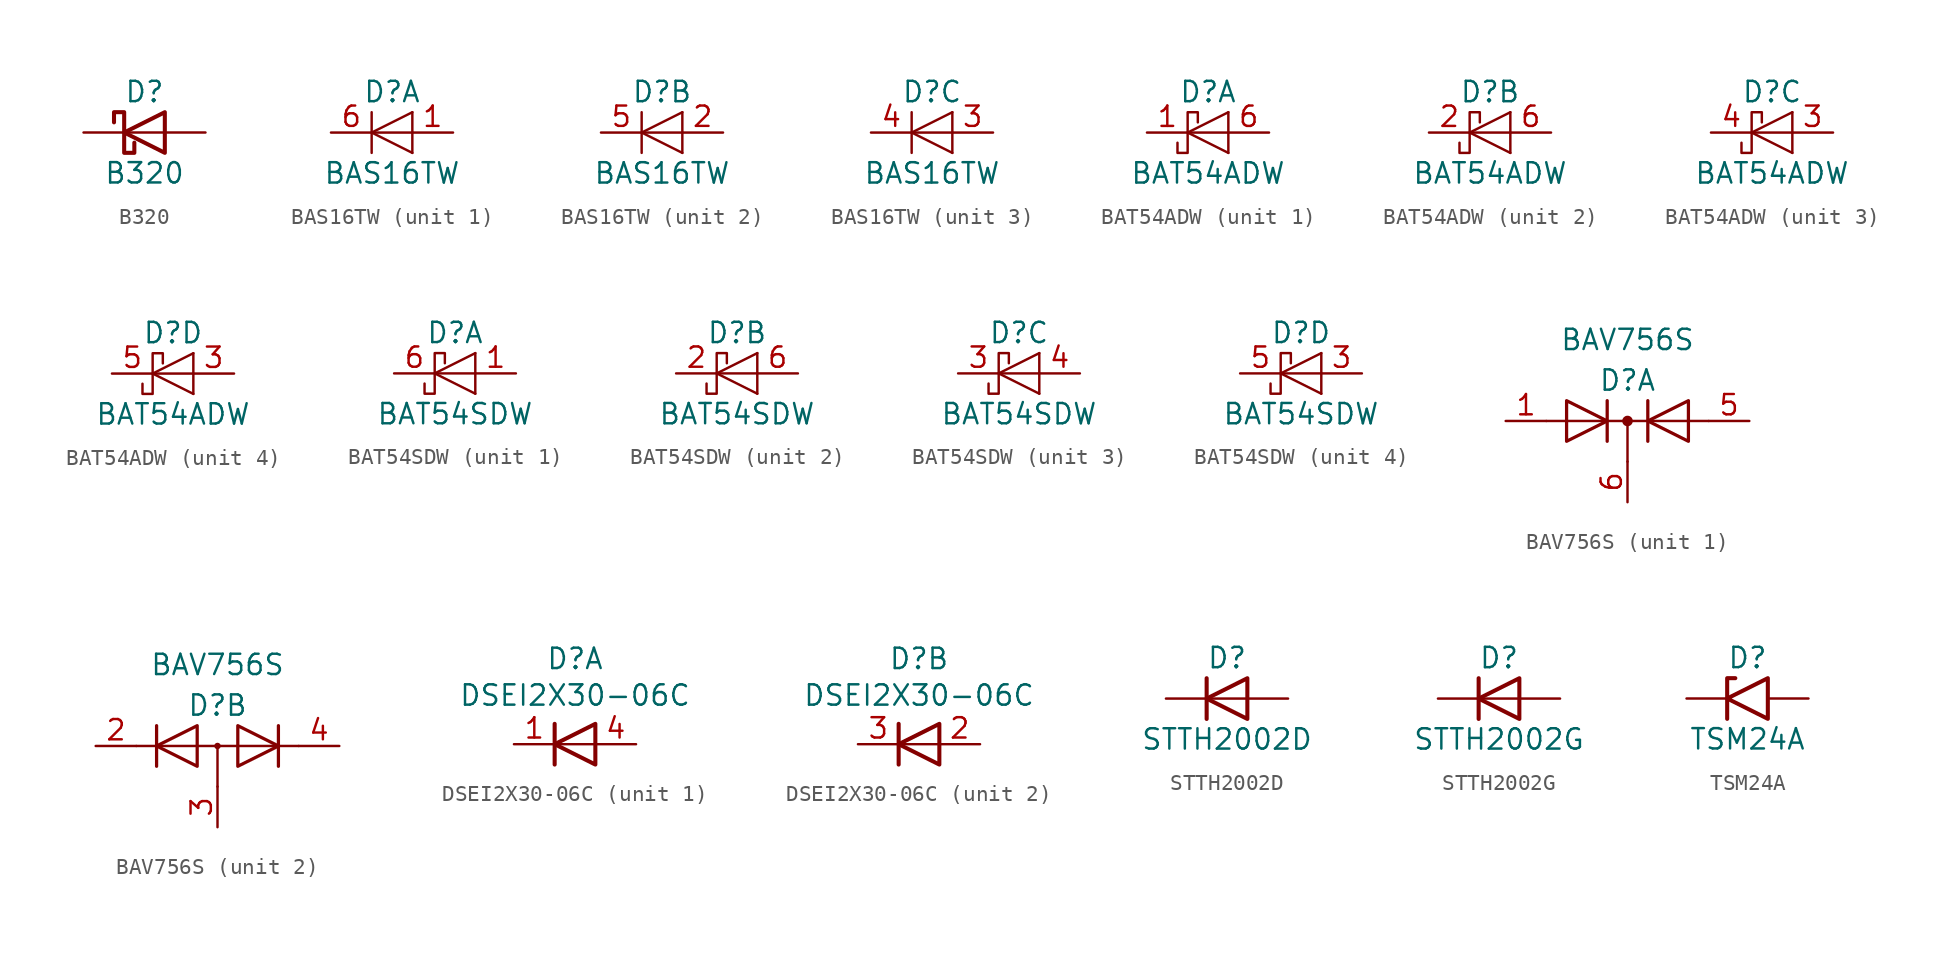
<source format=kicad_sym>
(kicad_symbol_lib
  (version 20241209)
  (generator "kicad_symbol_editor")
  (generator_version "9.0")
  (symbol "B320"
    (pin_numbers
      (hide yes))
    (pin_names
      (offset 1.016)
      (hide yes))
    (property "Reference" "D"
      (at 0 2.54 0)
      (effects (font (size 1.27 1.27))))
    (property "Value" "B320"
      (at 0 -2.54 0)
      (effects (font (size 1.27 1.27))))
    (symbol "B320_0_1"
      (polyline (pts (xy -1.905 0.635) (xy -1.905 1.27) (xy -1.27 1.27) (xy -1.27 -1.27) (xy -0.635 -1.27) (xy -0.635 -0.635)) (stroke (width 0.254) (type default)) (fill (type none)))
      (polyline (pts (xy 1.27 1.27) (xy 1.27 -1.27) (xy -1.27 0) (xy 1.27 1.27)) (stroke (width 0.254) (type default)) (fill (type none)))
      (polyline (pts (xy 1.27 0) (xy -1.27 0)) (stroke (width 0) (type default)) (fill (type none))))
    (symbol "B320_1_1"
      (pin passive line (at -3.81 0 0) (length 2.54) (name "K" (effects (font (size 1.27 1.27)))) (number "1" (effects (font (size 1.27 1.27)))))
      (pin passive line (at 3.81 0 180) (length 2.54) (name "A" (effects (font (size 1.27 1.27)))) (number "2" (effects (font (size 1.27 1.27)))))))
  (symbol "BAS16TW"
    (pin_names
      (offset 1.016)
      (hide yes))
    (property "Reference" "D"
      (at 0 2.54 0)
      (effects (font (size 1.27 1.27))))
    (property "Value" "BAS16TW"
      (at 0 -2.54 0)
      (effects (font (size 1.27 1.27))))
    (symbol "BAS16TW_0_1"
      (polyline (pts (xy -1.27 1.27) (xy -1.27 -1.27)) (stroke (width 0.152) (type default)) (fill (type none)))
      (polyline (pts (xy 1.27 1.27) (xy 1.27 -1.27)) (stroke (width 0) (type default)) (fill (type none)))
      (polyline (pts (xy 1.27 1.27) (xy -1.27 0) (xy 1.27 -1.27)) (stroke (width 0) (type default)) (fill (type none)))
      (polyline (pts (xy 1.27 0) (xy -1.27 0)) (stroke (width 0) (type default)) (fill (type none))))
    (symbol "BAS16TW_1_1"
      (pin passive line (at -3.81 0 0) (length 2.54) (name "K" (effects (font (size 1.27 1.27)))) (number "6" (effects (font (size 1.27 1.27)))))
      (pin passive line (at 3.81 0 180) (length 2.54) (name "A" (effects (font (size 1.27 1.27)))) (number "1" (effects (font (size 1.27 1.27))))))
    (symbol "BAS16TW_2_1"
      (pin passive line (at -3.81 0 0) (length 2.54) (name "K" (effects (font (size 1.27 1.27)))) (number "5" (effects (font (size 1.27 1.27)))))
      (pin passive line (at 3.81 0 180) (length 2.54) (name "A" (effects (font (size 1.27 1.27)))) (number "2" (effects (font (size 1.27 1.27))))))
    (symbol "BAS16TW_3_1"
      (pin passive line (at -3.81 0 0) (length 2.54) (name "K" (effects (font (size 1.27 1.27)))) (number "4" (effects (font (size 1.27 1.27)))))
      (pin passive line (at 3.81 0 180) (length 2.54) (name "A" (effects (font (size 1.27 1.27)))) (number "3" (effects (font (size 1.27 1.27)))))))
  (symbol "BAT54ADW"
    (pin_names
      (offset 1.016)
      (hide yes))
    (property "Reference" "D"
      (at 0 2.54 0)
      (effects (font (size 1.27 1.27))))
    (property "Value" "BAT54ADW"
      (at 0 -2.54 0)
      (effects (font (size 1.27 1.27))))
    (symbol "BAT54ADW_0_1"
      (polyline (pts (xy -0.635 0.635) (xy -0.635 1.27) (xy -1.27 1.27) (xy -1.27 -1.27) (xy -1.905 -1.27) (xy -1.905 -0.635)) (stroke (width 0) (type default)) (fill (type none)))
      (polyline (pts (xy 1.27 1.27) (xy -1.27 0) (xy 1.27 -1.27)) (stroke (width 0) (type default)) (fill (type none)))
      (polyline (pts (xy 1.27 0) (xy -1.27 0)) (stroke (width 0) (type default)) (fill (type none)))
      (polyline (pts (xy 1.27 -1.27) (xy 1.27 1.27)) (stroke (width 0) (type default)) (fill (type none))))
    (symbol "BAT54ADW_1_1"
      (pin passive line (at -3.81 0 0) (length 2.54) (name "K" (effects (font (size 1.27 1.27)))) (number "1" (effects (font (size 1.27 1.27)))))
      (pin passive line (at 3.81 0 180) (length 2.54) (name "A" (effects (font (size 1.27 1.27)))) (number "6" (effects (font (size 1.27 1.27))))))
    (symbol "BAT54ADW_2_1"
      (pin passive line (at -3.81 0 0) (length 2.54) (name "K" (effects (font (size 1.27 1.27)))) (number "2" (effects (font (size 1.27 1.27)))))
      (pin passive line (at 3.81 0 180) (length 2.54) (name "A" (effects (font (size 1.27 1.27)))) (number "6" (effects (font (size 1.27 1.27))))))
    (symbol "BAT54ADW_3_1"
      (pin passive line (at -3.81 0 0) (length 2.54) (name "K" (effects (font (size 1.27 1.27)))) (number "4" (effects (font (size 1.27 1.27)))))
      (pin passive line (at 3.81 0 180) (length 2.54) (name "A" (effects (font (size 1.27 1.27)))) (number "3" (effects (font (size 1.27 1.27))))))
    (symbol "BAT54ADW_4_1"
      (pin passive line (at -3.81 0 0) (length 2.54) (name "K" (effects (font (size 1.27 1.27)))) (number "5" (effects (font (size 1.27 1.27)))))
      (pin passive line (at 3.81 0 180) (length 2.54) (name "A" (effects (font (size 1.27 1.27)))) (number "3" (effects (font (size 1.27 1.27)))))))
  (symbol "BAT54SDW"
    (pin_names
      (offset 1.016)
      (hide yes))
    (property "Reference" "D"
      (at 0 2.54 0)
      (effects (font (size 1.27 1.27))))
    (property "Value" "BAT54SDW"
      (at 0 -2.54 0)
      (effects (font (size 1.27 1.27))))
    (symbol "BAT54SDW_0_1"
      (polyline (pts (xy -0.635 0.635) (xy -0.635 1.27) (xy -1.27 1.27) (xy -1.27 -1.27) (xy -1.905 -1.27) (xy -1.905 -0.635)) (stroke (width 0) (type default)) (fill (type none)))
      (polyline (pts (xy 1.27 1.27) (xy -1.27 0) (xy 1.27 -1.27)) (stroke (width 0) (type default)) (fill (type none)))
      (polyline (pts (xy 1.27 0) (xy -1.27 0)) (stroke (width 0) (type default)) (fill (type none)))
      (polyline (pts (xy 1.27 -1.27) (xy 1.27 1.27)) (stroke (width 0) (type default)) (fill (type none))))
    (symbol "BAT54SDW_1_1"
      (pin passive line (at -3.81 0 0) (length 2.54) (name "K" (effects (font (size 1.27 1.27)))) (number "6" (effects (font (size 1.27 1.27)))))
      (pin passive line (at 3.81 0 180) (length 2.54) (name "A" (effects (font (size 1.27 1.27)))) (number "1" (effects (font (size 1.27 1.27))))))
    (symbol "BAT54SDW_2_1"
      (pin passive line (at -3.81 0 0) (length 2.54) (name "K" (effects (font (size 1.27 1.27)))) (number "2" (effects (font (size 1.27 1.27)))))
      (pin passive line (at 3.81 0 180) (length 2.54) (name "A" (effects (font (size 1.27 1.27)))) (number "6" (effects (font (size 1.27 1.27))))))
    (symbol "BAT54SDW_3_1"
      (pin passive line (at -3.81 0 0) (length 2.54) (name "K" (effects (font (size 1.27 1.27)))) (number "3" (effects (font (size 1.27 1.27)))))
      (pin passive line (at 3.81 0 180) (length 2.54) (name "A" (effects (font (size 1.27 1.27)))) (number "4" (effects (font (size 1.27 1.27))))))
    (symbol "BAT54SDW_4_1"
      (pin passive line (at -3.81 0 0) (length 2.54) (name "K" (effects (font (size 1.27 1.27)))) (number "5" (effects (font (size 1.27 1.27)))))
      (pin passive line (at 3.81 0 180) (length 2.54) (name "A" (effects (font (size 1.27 1.27)))) (number "3" (effects (font (size 1.27 1.27)))))))
  (symbol "BAV756S"
    (pin_names
      (offset 0.025)
      (hide yes))
    (property "Reference" "D"
      (at 0 2.54 0)
      (effects (font (size 1.27 1.27))))
    (property "Value" "BAV756S"
      (at 0 5.08 0)
      (effects (font (size 1.27 1.27))))
    (property "ki_locked" ""
      (at 0 0 0)
      (effects (font (size 1.27 1.27))))
    (symbol "BAV756S_1_1"
      (polyline (pts (xy -5.08 0) (xy 5.08 0)) (stroke (width 0) (type default)) (fill (type none)))
      (polyline (pts (xy -3.81 1.27) (xy -1.27 0) (xy -3.81 -1.27) (xy -3.81 1.27) (xy -3.81 1.27) (xy -3.81 1.27)) (stroke (width 0.203) (type default)) (fill (type none)))
      (polyline (pts (xy -1.27 -1.27) (xy -1.27 1.27) (xy -1.27 1.27)) (stroke (width 0.203) (type default)) (fill (type none)))
      (polyline (pts (xy 0 0) (xy 0 -2.54)) (stroke (width 0) (type default)) (fill (type none)))
      (circle (center 0 0) (radius 0.254) (stroke (width 0) (type default)) (fill (type outline)))
      (polyline (pts (xy 1.27 -1.27) (xy 1.27 1.27) (xy 1.27 1.27)) (stroke (width 0.203) (type default)) (fill (type none)))
      (polyline (pts (xy 3.81 -1.27) (xy 1.27 0) (xy 3.81 1.27) (xy 3.81 -1.27) (xy 3.81 -1.27) (xy 3.81 -1.27)) (stroke (width 0.203) (type default)) (fill (type none)))
      (pin passive line (at -7.62 0 0) (length 2.54) (name "A1" (effects (font (size 1.27 1.27)))) (number "1" (effects (font (size 1.27 1.27)))))
      (pin passive line (at 0 -5.08 90) (length 2.54) (name "CK" (effects (font (size 1.27 1.27)))) (number "6" (effects (font (size 1.27 1.27)))))
      (pin passive line (at 7.62 0 180) (length 2.54) (name "A4" (effects (font (size 1.27 1.27)))) (number "5" (effects (font (size 1.27 1.27))))))
    (symbol "BAV756S_2_1"
      (polyline (pts (xy -5.08 0) (xy 5.08 0)) (stroke (width 0) (type default)) (fill (type none)))
      (polyline (pts (xy -3.81 1.27) (xy -3.81 -1.27) (xy -3.81 -1.27)) (stroke (width 0.203) (type default)) (fill (type none)))
      (polyline (pts (xy -1.27 -1.27) (xy -3.81 0) (xy -1.27 1.27) (xy -1.27 -1.27) (xy -1.27 -1.27) (xy -1.27 -1.27)) (stroke (width 0.203) (type default)) (fill (type none)))
      (polyline (pts (xy 0 0) (xy 0 -2.54)) (stroke (width 0) (type default)) (fill (type none)))
      (circle (center 0 0) (radius 0.127) (stroke (width 0) (type default)) (fill (type none)))
      (polyline (pts (xy 1.27 1.27) (xy 3.81 0) (xy 1.27 -1.27) (xy 1.27 1.27) (xy 1.27 1.27) (xy 1.27 1.27)) (stroke (width 0.203) (type default)) (fill (type none)))
      (polyline (pts (xy 3.81 1.27) (xy 3.81 -1.27) (xy 3.81 -1.27)) (stroke (width 0.203) (type default)) (fill (type none)))
      (pin passive line (at -7.62 0 0) (length 2.54) (name "K2" (effects (font (size 1.27 1.27)))) (number "2" (effects (font (size 1.27 1.27)))))
      (pin passive line (at 0 -5.08 90) (length 2.54) (name "CA" (effects (font (size 1.27 1.27)))) (number "3" (effects (font (size 1.27 1.27)))))
      (pin passive line (at 7.62 0 180) (length 2.54) (name "K3" (effects (font (size 1.27 1.27)))) (number "4" (effects (font (size 1.27 1.27)))))))
  (symbol "DSEI2X30-06C"
    (pin_names
      (hide yes))
    (property "Reference" "D"
      (at 0 5.334 0)
      (effects (font (size 1.27 1.27))))
    (property "Value" "DSEI2X30-06C"
      (at 0 3.048 0)
      (effects (font (size 1.27 1.27))))
    (property "ki_locked" ""
      (at 0 0 0)
      (effects (font (size 1.27 1.27))))
    (symbol "DSEI2X30-06C_0_1"
      (polyline (pts (xy -1.27 1.27) (xy -1.27 -1.27)) (stroke (width 0.254) (type default)) (fill (type none)))
      (polyline (pts (xy 1.27 1.27) (xy 1.27 -1.27) (xy -1.27 0) (xy 1.27 1.27)) (stroke (width 0.254) (type default)) (fill (type none)))
      (polyline (pts (xy 1.27 0) (xy -1.27 0)) (stroke (width 0) (type default)) (fill (type none))))
    (symbol "DSEI2X30-06C_1_1"
      (pin passive line (at -3.81 0 0) (length 2.54) (name "K" (effects (font (size 1.27 1.27)))) (number "1" (effects (font (size 1.27 1.27)))))
      (pin passive line (at 3.81 0 180) (length 2.54) (name "A" (effects (font (size 1.27 1.27)))) (number "4" (effects (font (size 1.27 1.27))))))
    (symbol "DSEI2X30-06C_2_1"
      (pin passive line (at -3.81 0 0) (length 2.54) (name "K" (effects (font (size 1.27 1.27)))) (number "3" (effects (font (size 1.27 1.27)))))
      (pin passive line (at 3.81 0 180) (length 2.54) (name "A" (effects (font (size 1.27 1.27)))) (number "2" (effects (font (size 1.27 1.27)))))))
  (symbol "STTH2002D"
    (pin_numbers
      (hide yes))
    (pin_names
      (hide yes))
    (property "Reference" "D"
      (at 0 2.54 0)
      (effects (font (size 1.27 1.27))))
    (property "Value" "STTH2002D"
      (at 0 -2.54 0)
      (effects (font (size 1.27 1.27))))
    (symbol "STTH2002D_0_0"
      (pin no_connect line (at 0 0 90) (length 2.54) (hide yes) (name "NC" (effects (font (size 1.27 1.27)))) (number "3" (effects (font (size 1.27 1.27))))))
    (symbol "STTH2002D_0_1"
      (polyline (pts (xy -1.27 1.27) (xy -1.27 -1.27)) (stroke (width 0.254) (type default)) (fill (type none)))
      (polyline (pts (xy 1.27 1.27) (xy 1.27 -1.27) (xy -1.27 0) (xy 1.27 1.27)) (stroke (width 0.254) (type default)) (fill (type none)))
      (polyline (pts (xy 1.27 0) (xy -1.27 0)) (stroke (width 0) (type default)) (fill (type none))))
    (symbol "STTH2002D_1_1"
      (pin passive line (at -3.81 0 0) (length 2.54) (name "K" (effects (font (size 1.27 1.27)))) (number "1" (effects (font (size 1.27 1.27)))))
      (pin passive line (at 3.81 0 180) (length 2.54) (name "A" (effects (font (size 1.27 1.27)))) (number "2" (effects (font (size 1.27 1.27)))))))
  (symbol "STTH2002G"
    (pin_numbers
      (hide yes))
    (pin_names
      (hide yes))
    (property "Reference" "D"
      (at 0 2.54 0)
      (effects (font (size 1.27 1.27))))
    (property "Value" "STTH2002G"
      (at 0 -2.54 0)
      (effects (font (size 1.27 1.27))))
    (symbol "STTH2002G_0_0"
      (pin passive line (at -3.81 0 0) (length 2.54) (name "K" (effects (font (size 1.27 1.27)))) (number "2" (effects (font (size 1.27 1.27))))))
    (symbol "STTH2002G_0_1"
      (polyline (pts (xy -1.27 1.27) (xy -1.27 -1.27)) (stroke (width 0.254) (type default)) (fill (type none)))
      (polyline (pts (xy 1.27 1.27) (xy 1.27 -1.27) (xy -1.27 0) (xy 1.27 1.27)) (stroke (width 0.254) (type default)) (fill (type none)))
      (polyline (pts (xy 1.27 0) (xy -1.27 0)) (stroke (width 0) (type default)) (fill (type none))))
    (symbol "STTH2002G_1_1"
      (pin no_connect line (at 0 0 90) (length 2.54) (hide yes) (name "NC" (effects (font (size 1.27 1.27)))) (number "1" (effects (font (size 1.27 1.27)))))
      (pin passive line (at 3.81 0 180) (length 2.54) (name "A" (effects (font (size 1.27 1.27)))) (number "3" (effects (font (size 1.27 1.27)))))))
  (symbol "TSM24A"
    (pin_numbers
      (hide yes))
    (pin_names
      (offset 1.016)
      (hide yes))
    (property "Reference" "D"
      (at 0 2.54 0)
      (effects (font (size 1.27 1.27))))
    (property "Value" "TSM24A"
      (at 0 -2.54 0)
      (effects (font (size 1.27 1.27))))
    (symbol "TSM24A_0_1"
      (polyline (pts (xy -0.762 1.27) (xy -1.27 1.27) (xy -1.27 -1.27)) (stroke (width 0.254) (type default)) (fill (type none)))
      (polyline (pts (xy 1.27 1.27) (xy 1.27 -1.27) (xy -1.27 0) (xy 1.27 1.27)) (stroke (width 0.254) (type default)) (fill (type none))))
    (symbol "TSM24A_1_1"
      (pin passive line (at -3.81 0 0) (length 2.54) (name "A1" (effects (font (size 1.27 1.27)))) (number "3" (effects (font (size 1.27 1.27)))))
      (pin passive line (at 3.81 0 180) (length 2.54) (name "A2" (effects (font (size 1.27 1.27)))) (number "1" (effects (font (size 1.27 1.27)))))
      (pin passive line (at 3.81 0 180) (length 2.54) (hide yes) (name "A2" (effects (font (size 1.27 1.27)))) (number "2" (effects (font (size 1.27 1.27))))))))
</source>
